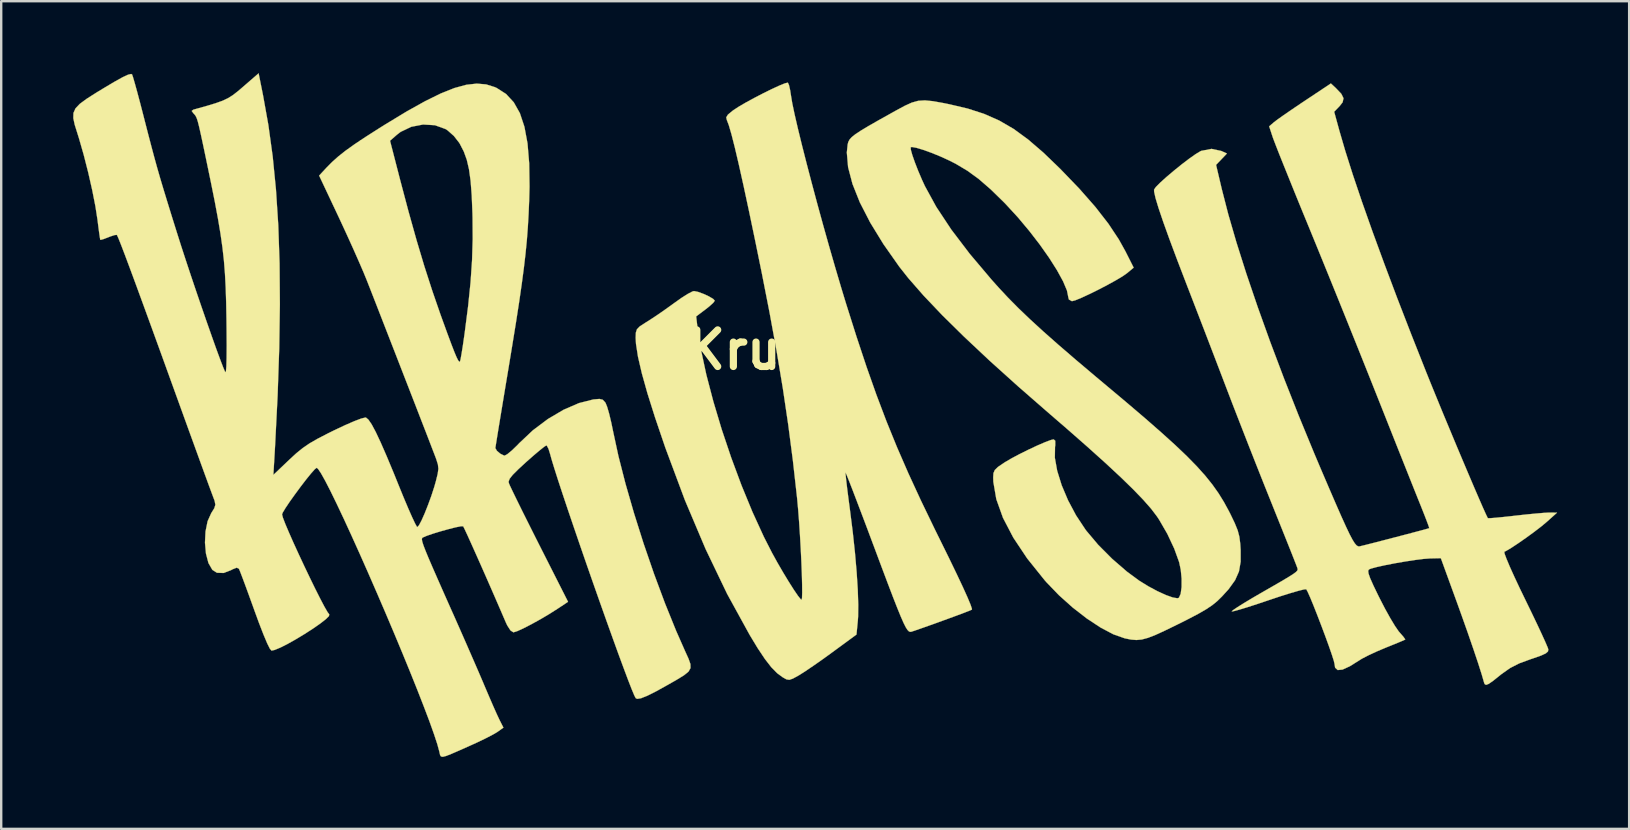
<source format=kicad_pcb>
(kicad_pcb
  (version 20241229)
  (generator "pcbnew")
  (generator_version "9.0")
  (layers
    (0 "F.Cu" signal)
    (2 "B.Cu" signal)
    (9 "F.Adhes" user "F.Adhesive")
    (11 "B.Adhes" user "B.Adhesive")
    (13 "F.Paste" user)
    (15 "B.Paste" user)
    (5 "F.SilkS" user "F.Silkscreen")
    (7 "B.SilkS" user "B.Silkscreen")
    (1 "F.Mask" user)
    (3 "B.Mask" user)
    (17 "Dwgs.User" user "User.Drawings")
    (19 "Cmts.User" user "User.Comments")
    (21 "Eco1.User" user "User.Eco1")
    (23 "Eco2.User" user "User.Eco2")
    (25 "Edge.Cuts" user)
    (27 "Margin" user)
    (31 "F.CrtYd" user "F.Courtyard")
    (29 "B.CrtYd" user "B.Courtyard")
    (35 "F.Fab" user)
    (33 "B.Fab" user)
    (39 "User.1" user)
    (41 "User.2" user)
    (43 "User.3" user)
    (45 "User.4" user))
  (footprint "Krush"
    (layer "F.Cu")
    (at 28.851 11.531)
    (property "Reference" "Krush" (at 0 0 0) (layer "F.SilkS") (effects (font (size 1.524 1.524) (thickness 0.3))))
    (attr through_hole)
    (fp_poly (pts (xy 0.929 -11.135) (xy 0.975 -11.035) (xy 1.024 -10.818) (xy 1.057 -10.606) (xy 1.11 -10.285) (xy 1.207 -9.822) (xy 1.342 -9.238) (xy 1.51 -8.551) (xy 1.705 -7.784) (xy 1.922 -6.955) (xy 2.155 -6.084) (xy 2.4 -5.193) (xy 2.651 -4.301) (xy 2.903 -3.428) (xy 3.15 -2.594) (xy 3.347 -1.947) (xy 3.787 -0.556) (xy 4.206 0.705) (xy 4.618 1.87) (xy 5.036 2.974) (xy 5.475 4.052) (xy 5.948 5.139) (xy 6.47 6.27) (xy 7.054 7.48) (xy 7.283 7.944) (xy 7.65 8.689) (xy 7.964 9.339) (xy 8.221 9.884) (xy 8.415 10.314) (xy 8.542 10.619) (xy 8.598 10.789) (xy 8.597 10.822) (xy 8.497 10.865) (xy 8.271 10.953) (xy 7.953 11.072) (xy 7.576 11.21) (xy 7.176 11.356) (xy 6.784 11.496) (xy 6.436 11.619) (xy 6.164 11.712) (xy 6.081 11.74) (xy 6.028 11.748) (xy 5.974 11.729) (xy 5.913 11.669) (xy 5.841 11.556) (xy 5.75 11.376) (xy 5.636 11.116) (xy 5.492 10.764) (xy 5.312 10.306) (xy 5.092 9.729) (xy 4.825 9.02) (xy 4.506 8.166) (xy 4.484 8.109) (xy 4.232 7.435) (xy 3.997 6.814) (xy 3.788 6.264) (xy 3.611 5.801) (xy 3.471 5.443) (xy 3.376 5.207) (xy 3.333 5.109) (xy 3.331 5.108) (xy 3.334 5.195) (xy 3.358 5.423) (xy 3.398 5.766) (xy 3.453 6.197) (xy 3.518 6.689) (xy 3.631 7.585) (xy 3.724 8.452) (xy 3.794 9.263) (xy 3.841 9.995) (xy 3.861 10.621) (xy 3.855 11.117) (xy 3.843 11.285) (xy 3.787 11.86) (xy 2.782 12.597) (xy 2.387 12.883) (xy 2.003 13.152) (xy 1.668 13.379) (xy 1.42 13.538) (xy 1.373 13.566) (xy 1.137 13.695) (xy 0.988 13.746) (xy 0.868 13.727) (xy 0.718 13.643) (xy 0.717 13.643) (xy 0.48 13.468) (xy 0.237 13.22) (xy -0.028 12.879) (xy -0.331 12.424) (xy -0.662 11.877) (xy -1.602 10.166) (xy -2.501 8.293) (xy -3.361 6.261) (xy -4.179 4.07) (xy -4.609 2.805) (xy -4.921 1.815) (xy -5.156 0.976) (xy -5.316 0.288) (xy -5.4 -0.251) (xy -5.414 -0.508) (xy -5.406 -0.72) (xy -5.361 -0.861) (xy -5.244 -0.981) (xy -5.021 -1.126) (xy -4.952 -1.168) (xy -4.672 -1.348) (xy -4.317 -1.589) (xy -3.95 -1.85) (xy -3.811 -1.951) (xy -3.508 -2.166) (xy -3.242 -2.335) (xy -3.049 -2.435) (xy -2.984 -2.453) (xy -2.816 -2.419) (xy -2.59 -2.336) (xy -2.362 -2.231) (xy -2.186 -2.127) (xy -2.117 -2.052) (xy -2.179 -1.965) (xy -2.341 -1.818) (xy -2.505 -1.688) (xy -2.893 -1.397) (xy -2.838 -0.931) (xy -2.693 -0.007) (xy -2.47 1.03) (xy -2.178 2.145) (xy -1.83 3.308) (xy -1.434 4.485) (xy -1.003 5.645) (xy -0.546 6.755) (xy -0.075 7.783) (xy 0.269 8.457) (xy 0.494 8.865) (xy 0.731 9.273) (xy 0.963 9.656) (xy 1.173 9.987) (xy 1.345 10.24) (xy 1.462 10.387) (xy 1.499 10.414) (xy 1.518 10.334) (xy 1.525 10.11) (xy 1.522 9.768) (xy 1.511 9.333) (xy 1.491 8.831) (xy 1.465 8.287) (xy 1.433 7.725) (xy 1.397 7.173) (xy 1.357 6.654) (xy 1.315 6.194) (xy 1.309 6.138) (xy 1.137 4.606) (xy 0.942 3.107) (xy 0.719 1.602) (xy 0.46 0.051) (xy 0.16 -1.585) (xy -0.162 -3.224) (xy -0.443 -4.598) (xy -0.696 -5.808) (xy -0.92 -6.851) (xy -1.116 -7.729) (xy -1.283 -8.441) (xy -1.422 -8.986) (xy -1.533 -9.365) (xy -1.614 -9.578) (xy -1.616 -9.581) (xy -1.64 -9.69) (xy -1.569 -9.806) (xy -1.379 -9.963) (xy -1.335 -9.995) (xy -1.116 -10.138) (xy -0.814 -10.314) (xy -0.462 -10.505) (xy -0.092 -10.697) (xy 0.263 -10.872) (xy 0.572 -11.014) (xy 0.803 -11.108) (xy 0.923 -11.137) (xy 0.929 -11.135)) (stroke (width 0.01) (type solid)) (fill yes) (layer "F.SilkS"))
    (fp_poly (pts (xy 6.973 -10.365) (xy 7.409 -10.287) (xy 7.645 -10.239) (xy 8.417 -10.058) (xy 9.103 -9.837) (xy 9.733 -9.559) (xy 10.336 -9.209) (xy 10.941 -8.767) (xy 11.579 -8.218) (xy 12.279 -7.543) (xy 12.28 -7.542) (xy 13.076 -6.715) (xy 13.739 -5.96) (xy 14.283 -5.261) (xy 14.72 -4.602) (xy 14.995 -4.106) (xy 15.337 -3.429) (xy 15.065 -3.202) (xy 14.881 -3.072) (xy 14.596 -2.902) (xy 14.246 -2.709) (xy 13.867 -2.511) (xy 13.493 -2.327) (xy 13.161 -2.173) (xy 12.906 -2.068) (xy 12.764 -2.031) (xy 12.638 -2.101) (xy 12.615 -2.191) (xy 12.558 -2.475) (xy 12.396 -2.859) (xy 12.143 -3.321) (xy 11.814 -3.84) (xy 11.423 -4.394) (xy 10.983 -4.964) (xy 10.511 -5.527) (xy 10.019 -6.062) (xy 9.933 -6.151) (xy 9.379 -6.692) (xy 8.883 -7.122) (xy 8.409 -7.467) (xy 7.92 -7.758) (xy 7.662 -7.889) (xy 7.291 -8.059) (xy 6.914 -8.213) (xy 6.566 -8.338) (xy 6.282 -8.423) (xy 6.097 -8.456) (xy 6.047 -8.446) (xy 6.051 -8.345) (xy 6.112 -8.124) (xy 6.219 -7.818) (xy 6.358 -7.461) (xy 6.518 -7.087) (xy 6.638 -6.827) (xy 7.113 -5.959) (xy 7.736 -5.017) (xy 8.507 -4.003) (xy 9.424 -2.918) (xy 9.718 -2.59) (xy 10.105 -2.175) (xy 10.531 -1.744) (xy 11.011 -1.284) (xy 11.56 -0.781) (xy 12.192 -0.222) (xy 12.923 0.408) (xy 13.769 1.123) (xy 14.109 1.408) (xy 15.02 2.172) (xy 15.809 2.844) (xy 16.486 3.437) (xy 17.065 3.96) (xy 17.556 4.428) (xy 17.97 4.851) (xy 18.32 5.241) (xy 18.617 5.611) (xy 18.872 5.971) (xy 19.097 6.335) (xy 19.303 6.713) (xy 19.367 6.838) (xy 19.551 7.221) (xy 19.67 7.515) (xy 19.74 7.778) (xy 19.778 8.071) (xy 19.795 8.335) (xy 19.795 8.825) (xy 19.725 9.229) (xy 19.565 9.592) (xy 19.297 9.965) (xy 19.014 10.276) (xy 18.82 10.466) (xy 18.61 10.637) (xy 18.356 10.807) (xy 18.027 10.997) (xy 17.596 11.223) (xy 17.189 11.427) (xy 16.66 11.685) (xy 16.252 11.873) (xy 15.934 11.997) (xy 15.676 12.066) (xy 15.451 12.087) (xy 15.226 12.069) (xy 14.974 12.018) (xy 14.954 12.013) (xy 14.489 11.849) (xy 13.955 11.566) (xy 13.38 11.187) (xy 12.793 10.731) (xy 12.222 10.219) (xy 11.696 9.673) (xy 11.627 9.594) (xy 10.901 8.689) (xy 10.322 7.821) (xy 9.892 6.997) (xy 9.614 6.22) (xy 9.49 5.498) (xy 9.484 5.312) (xy 9.495 5.134) (xy 9.551 5.003) (xy 9.683 4.875) (xy 9.926 4.71) (xy 9.97 4.681) (xy 10.239 4.523) (xy 10.578 4.342) (xy 10.951 4.157) (xy 11.318 3.985) (xy 11.643 3.845) (xy 11.888 3.753) (xy 12.003 3.727) (xy 12.069 3.783) (xy 12.07 3.97) (xy 12.06 4.043) (xy 12.053 4.494) (xy 12.15 5.036) (xy 12.337 5.638) (xy 12.603 6.267) (xy 12.935 6.891) (xy 13.322 7.477) (xy 13.372 7.543) (xy 13.859 8.121) (xy 14.441 8.705) (xy 15.058 9.239) (xy 15.57 9.616) (xy 15.948 9.849) (xy 16.327 10.052) (xy 16.676 10.212) (xy 16.965 10.315) (xy 17.161 10.348) (xy 17.222 10.328) (xy 17.296 10.162) (xy 17.334 9.88) (xy 17.335 9.531) (xy 17.3 9.164) (xy 17.232 8.843) (xy 17.026 8.274) (xy 16.738 7.661) (xy 16.403 7.081) (xy 16.312 6.943) (xy 16.072 6.626) (xy 15.743 6.251) (xy 15.318 5.81) (xy 14.791 5.297) (xy 14.154 4.705) (xy 13.4 4.027) (xy 12.524 3.258) (xy 11.853 2.679) (xy 10.524 1.52) (xy 9.331 0.445) (xy 8.276 -0.546) (xy 7.358 -1.45) (xy 6.581 -2.268) (xy 5.944 -2.996) (xy 5.569 -3.471) (xy 4.908 -4.412) (xy 4.36 -5.306) (xy 3.929 -6.144) (xy 3.621 -6.916) (xy 3.438 -7.614) (xy 3.385 -8.227) (xy 3.42 -8.564) (xy 3.447 -8.668) (xy 3.498 -8.765) (xy 3.591 -8.868) (xy 3.741 -8.988) (xy 3.967 -9.137) (xy 4.286 -9.329) (xy 4.715 -9.574) (xy 5.272 -9.885) (xy 5.419 -9.967) (xy 5.794 -10.17) (xy 6.093 -10.306) (xy 6.36 -10.38) (xy 6.638 -10.398) (xy 6.973 -10.365)) (stroke (width 0.01) (type solid)) (fill yes) (layer "F.SilkS"))
    (fp_poly (pts (xy 23.766 -10.907) (xy 23.991 -10.67) (xy 24.081 -10.487) (xy 24.044 -10.319) (xy 23.919 -10.16) (xy 23.692 -9.924) (xy 23.909 -9.132) (xy 24.156 -8.287) (xy 24.469 -7.301) (xy 24.846 -6.184) (xy 25.283 -4.948) (xy 25.775 -3.604) (xy 26.317 -2.164) (xy 26.907 -0.64) (xy 27.522 0.913) (xy 27.732 1.434) (xy 27.97 2.016) (xy 28.227 2.642) (xy 28.497 3.29) (xy 28.769 3.943) (xy 29.037 4.58) (xy 29.292 5.182) (xy 29.526 5.731) (xy 29.731 6.206) (xy 29.898 6.588) (xy 30.02 6.858) (xy 30.088 6.997) (xy 30.097 7.011) (xy 30.186 7.011) (xy 30.411 6.994) (xy 30.741 6.962) (xy 31.144 6.918) (xy 31.254 6.905) (xy 31.701 6.856) (xy 32.114 6.816) (xy 32.449 6.788) (xy 32.664 6.777) (xy 32.681 6.777) (xy 32.978 6.781) (xy 32.554 7.161) (xy 32.328 7.35) (xy 32.03 7.579) (xy 31.697 7.822) (xy 31.366 8.053) (xy 31.074 8.246) (xy 30.857 8.375) (xy 30.783 8.41) (xy 30.793 8.491) (xy 30.872 8.704) (xy 31.009 9.03) (xy 31.198 9.449) (xy 31.43 9.943) (xy 31.642 10.38) (xy 31.902 10.915) (xy 32.137 11.406) (xy 32.336 11.831) (xy 32.489 12.167) (xy 32.586 12.393) (xy 32.616 12.479) (xy 32.601 12.564) (xy 32.51 12.644) (xy 32.318 12.733) (xy 31.996 12.847) (xy 31.882 12.885) (xy 31.404 13.06) (xy 31.024 13.254) (xy 30.669 13.504) (xy 30.612 13.55) (xy 30.321 13.783) (xy 30.132 13.915) (xy 30.02 13.957) (xy 29.961 13.922) (xy 29.939 13.864) (xy 29.84 13.522) (xy 29.688 13.044) (xy 29.489 12.452) (xy 29.253 11.768) (xy 28.986 11.016) (xy 28.8 10.499) (xy 28.137 8.678) (xy 27.679 8.688) (xy 27.418 8.708) (xy 27.062 8.753) (xy 26.649 8.816) (xy 26.221 8.89) (xy 25.815 8.969) (xy 25.472 9.045) (xy 25.23 9.11) (xy 25.143 9.146) (xy 25.109 9.202) (xy 25.123 9.317) (xy 25.191 9.512) (xy 25.323 9.808) (xy 25.525 10.226) (xy 25.589 10.354) (xy 25.809 10.78) (xy 26.028 11.174) (xy 26.224 11.5) (xy 26.376 11.721) (xy 26.415 11.767) (xy 26.565 11.938) (xy 26.646 12.049) (xy 26.651 12.069) (xy 26.568 12.108) (xy 26.361 12.195) (xy 26.067 12.315) (xy 25.841 12.406) (xy 25.466 12.564) (xy 25.118 12.726) (xy 24.848 12.866) (xy 24.76 12.921) (xy 24.346 13.18) (xy 24.042 13.319) (xy 23.84 13.339) (xy 23.731 13.241) (xy 23.707 13.084) (xy 23.677 12.953) (xy 23.595 12.697) (xy 23.474 12.347) (xy 23.325 11.937) (xy 23.16 11.497) (xy 22.992 11.059) (xy 22.833 10.656) (xy 22.694 10.318) (xy 22.587 10.079) (xy 22.528 9.972) (xy 22.435 9.979) (xy 22.209 10.035) (xy 21.874 10.132) (xy 21.456 10.263) (xy 20.983 10.421) (xy 20.969 10.426) (xy 20.495 10.585) (xy 20.078 10.72) (xy 19.743 10.822) (xy 19.515 10.884) (xy 19.422 10.898) (xy 19.421 10.898) (xy 19.476 10.844) (xy 19.656 10.722) (xy 19.936 10.546) (xy 20.295 10.331) (xy 20.59 10.159) (xy 21.116 9.857) (xy 21.513 9.627) (xy 21.798 9.457) (xy 21.988 9.336) (xy 22.103 9.251) (xy 22.158 9.19) (xy 22.171 9.141) (xy 22.16 9.092) (xy 22.154 9.073) (xy 22.112 8.963) (xy 22.015 8.715) (xy 21.871 8.35) (xy 21.686 7.887) (xy 21.47 7.347) (xy 21.23 6.75) (xy 21.087 6.392) (xy 20.781 5.629) (xy 20.446 4.785) (xy 20.101 3.908) (xy 19.765 3.047) (xy 19.455 2.25) (xy 19.21 1.609) (xy 18.93 0.876) (xy 18.617 0.058) (xy 18.291 -0.792) (xy 17.972 -1.62) (xy 17.682 -2.371) (xy 17.551 -2.709) (xy 17.155 -3.741) (xy 16.827 -4.618) (xy 16.567 -5.341) (xy 16.374 -5.911) (xy 16.248 -6.328) (xy 16.19 -6.592) (xy 16.187 -6.68) (xy 16.262 -6.789) (xy 16.444 -6.972) (xy 16.703 -7.206) (xy 17.01 -7.466) (xy 17.334 -7.728) (xy 17.647 -7.967) (xy 17.918 -8.158) (xy 18.117 -8.278) (xy 18.157 -8.296) (xy 18.583 -8.378) (xy 18.986 -8.291) (xy 19.006 -8.283) (xy 19.223 -8.184) (xy 18.997 -7.947) (xy 18.771 -7.711) (xy 19.006 -6.713) (xy 19.277 -5.659) (xy 19.621 -4.475) (xy 20.032 -3.179) (xy 20.504 -1.791) (xy 21.029 -0.329) (xy 21.601 1.187) (xy 22.214 2.74) (xy 22.86 4.309) (xy 23.125 4.935) (xy 23.471 5.743) (xy 23.758 6.407) (xy 23.993 6.942) (xy 24.183 7.361) (xy 24.334 7.678) (xy 24.454 7.905) (xy 24.548 8.056) (xy 24.624 8.144) (xy 24.689 8.184) (xy 24.748 8.187) (xy 24.759 8.184) (xy 24.996 8.126) (xy 25.328 8.042) (xy 25.722 7.94) (xy 26.148 7.829) (xy 26.575 7.718) (xy 26.969 7.614) (xy 27.301 7.526) (xy 27.538 7.461) (xy 27.648 7.429) (xy 27.653 7.427) (xy 27.63 7.346) (xy 27.554 7.14) (xy 27.438 6.84) (xy 27.294 6.477) (xy 27.182 6.2) (xy 27.017 5.788) (xy 26.807 5.26) (xy 26.56 4.64) (xy 26.284 3.948) (xy 25.99 3.206) (xy 25.684 2.435) (xy 25.49 1.947) (xy 25.126 1.032) (xy 24.72 0.017) (xy 24.289 -1.055) (xy 23.851 -2.141) (xy 23.422 -3.198) (xy 23.021 -4.183) (xy 22.671 -5.038) (xy 22.37 -5.769) (xy 22.085 -6.467) (xy 21.824 -7.113) (xy 21.592 -7.688) (xy 21.398 -8.172) (xy 21.251 -8.548) (xy 21.156 -8.797) (xy 21.13 -8.87) (xy 20.983 -9.317) (xy 21.18 -9.486) (xy 21.319 -9.592) (xy 21.569 -9.77) (xy 21.9 -9.998) (xy 22.281 -10.256) (xy 22.467 -10.38) (xy 23.555 -11.104) (xy 23.766 -10.907)) (stroke (width 0.01) (type solid)) (fill yes) (layer "F.SilkS"))
    (fp_poly (pts (xy -20.941 -10.61) (xy -20.719 -9.373) (xy -20.539 -8.066) (xy -20.402 -6.678) (xy -20.306 -5.197) (xy -20.252 -3.611) (xy -20.239 -1.908) (xy -20.266 -0.078) (xy -20.333 1.893) (xy -20.44 4.015) (xy -20.455 4.276) (xy -20.51 5.207) (xy -19.844 4.572) (xy -19.554 4.305) (xy -19.287 4.089) (xy -19.005 3.895) (xy -18.666 3.7) (xy -18.231 3.475) (xy -17.982 3.352) (xy -17.526 3.137) (xy -17.142 2.97) (xy -16.852 2.86) (xy -16.679 2.817) (xy -16.651 2.819) (xy -16.549 2.905) (xy -16.416 3.099) (xy -16.248 3.412) (xy -16.04 3.853) (xy -15.788 4.43) (xy -15.487 5.152) (xy -15.283 5.657) (xy -15.078 6.159) (xy -14.89 6.604) (xy -14.729 6.969) (xy -14.605 7.231) (xy -14.529 7.368) (xy -14.514 7.382) (xy -14.445 7.31) (xy -14.338 7.11) (xy -14.207 6.816) (xy -14.066 6.461) (xy -13.927 6.08) (xy -13.805 5.705) (xy -13.738 5.468) (xy -13.663 5.164) (xy -13.634 4.954) (xy -13.654 4.772) (xy -13.725 4.547) (xy -13.772 4.421) (xy -13.841 4.242) (xy -13.963 3.924) (xy -14.131 3.488) (xy -14.338 2.955) (xy -14.575 2.342) (xy -14.836 1.671) (xy -15.112 0.961) (xy -15.395 0.232) (xy -15.679 -0.497) (xy -15.954 -1.204) (xy -16.214 -1.872) (xy -16.451 -2.479) (xy -16.608 -2.879) (xy -16.751 -3.229) (xy -16.951 -3.692) (xy -17.19 -4.232) (xy -17.451 -4.808) (xy -17.717 -5.383) (xy -17.779 -5.516) (xy -18.603 -7.264) (xy -18.298 -7.593) (xy -18.063 -7.831) (xy -17.806 -8.061) (xy -17.503 -8.301) (xy -17.131 -8.567) (xy -16.908 -8.716) (xy -15.649 -8.716) (xy -15.229 -7.088) (xy -14.879 -5.767) (xy -14.546 -4.579) (xy -14.22 -3.49) (xy -13.889 -2.465) (xy -13.545 -1.469) (xy -13.488 -1.312) (xy -13.269 -0.709) (xy -13.098 -0.249) (xy -12.969 0.084) (xy -12.875 0.307) (xy -12.809 0.437) (xy -12.763 0.49) (xy -12.735 0.486) (xy -12.711 0.394) (xy -12.67 0.165) (xy -12.616 -0.17) (xy -12.557 -0.579) (xy -12.536 -0.728) (xy -12.394 -1.836) (xy -12.293 -2.825) (xy -12.231 -3.739) (xy -12.204 -4.622) (xy -12.21 -5.518) (xy -12.215 -5.703) (xy -12.245 -6.442) (xy -12.291 -7.04) (xy -12.358 -7.525) (xy -12.451 -7.925) (xy -12.575 -8.267) (xy -12.737 -8.581) (xy -12.769 -8.635) (xy -12.987 -8.914) (xy -13.251 -9.149) (xy -13.338 -9.205) (xy -13.779 -9.364) (xy -14.271 -9.393) (xy -14.764 -9.298) (xy -15.208 -9.086) (xy -15.362 -8.967) (xy -15.649 -8.716) (xy -16.908 -8.716) (xy -16.667 -8.876) (xy -16.087 -9.246) (xy -15.833 -9.405) (xy -14.958 -9.935) (xy -14.198 -10.359) (xy -13.539 -10.684) (xy -12.968 -10.912) (xy -12.471 -11.048) (xy -12.035 -11.097) (xy -11.644 -11.064) (xy -11.286 -10.952) (xy -11.206 -10.916) (xy -10.814 -10.665) (xy -10.493 -10.318) (xy -10.238 -9.866) (xy -10.049 -9.298) (xy -9.92 -8.605) (xy -9.851 -7.776) (xy -9.837 -6.801) (xy -9.852 -6.223) (xy -9.876 -5.657) (xy -9.907 -5.115) (xy -9.948 -4.574) (xy -10.003 -4.014) (xy -10.073 -3.413) (xy -10.161 -2.749) (xy -10.269 -2.001) (xy -10.401 -1.148) (xy -10.56 -0.168) (xy -10.715 0.773) (xy -10.836 1.496) (xy -10.947 2.166) (xy -11.046 2.764) (xy -11.13 3.273) (xy -11.195 3.675) (xy -11.239 3.95) (xy -11.26 4.082) (xy -11.261 4.09) (xy -11.196 4.203) (xy -11.051 4.326) (xy -10.901 4.399) (xy -10.872 4.403) (xy -10.761 4.344) (xy -10.573 4.189) (xy -10.342 3.966) (xy -10.265 3.884) (xy -9.697 3.349) (xy -9.07 2.878) (xy -8.419 2.494) (xy -7.778 2.216) (xy -7.183 2.065) (xy -7.169 2.063) (xy -6.925 2.042) (xy -6.784 2.076) (xy -6.684 2.184) (xy -6.666 2.212) (xy -6.601 2.374) (xy -6.518 2.661) (xy -6.43 3.029) (xy -6.356 3.387) (xy -6.132 4.425) (xy -5.838 5.574) (xy -5.485 6.798) (xy -5.086 8.06) (xy -4.652 9.322) (xy -4.196 10.548) (xy -3.729 11.702) (xy -3.348 12.566) (xy -3.211 12.867) (xy -3.133 13.087) (xy -3.129 13.257) (xy -3.212 13.404) (xy -3.399 13.556) (xy -3.704 13.743) (xy -4.064 13.949) (xy -4.561 14.225) (xy -4.932 14.411) (xy -5.19 14.514) (xy -5.349 14.539) (xy -5.411 14.511) (xy -5.471 14.396) (xy -5.579 14.137) (xy -5.729 13.752) (xy -5.915 13.256) (xy -6.132 12.669) (xy -6.372 12.005) (xy -6.631 11.283) (xy -6.902 10.519) (xy -7.18 9.73) (xy -7.458 8.934) (xy -7.73 8.147) (xy -7.991 7.385) (xy -8.235 6.667) (xy -8.455 6.009) (xy -8.646 5.428) (xy -8.801 4.941) (xy -8.916 4.565) (xy -8.978 4.339) (xy -9.046 4.121) (xy -9.113 3.993) (xy -9.136 3.979) (xy -9.223 4.033) (xy -9.407 4.179) (xy -9.663 4.395) (xy -9.964 4.66) (xy -9.98 4.674) (xy -10.315 4.983) (xy -10.537 5.206) (xy -10.662 5.364) (xy -10.707 5.479) (xy -10.701 5.542) (xy -10.652 5.658) (xy -10.534 5.906) (xy -10.36 6.264) (xy -10.138 6.715) (xy -9.877 7.237) (xy -9.589 7.812) (xy -9.441 8.105) (xy -8.231 10.495) (xy -8.674 10.788) (xy -9.018 11.007) (xy -9.393 11.228) (xy -9.763 11.432) (xy -10.095 11.603) (xy -10.353 11.72) (xy -10.504 11.767) (xy -10.509 11.767) (xy -10.628 11.691) (xy -10.764 11.481) (xy -10.818 11.367) (xy -11.069 10.785) (xy -11.328 10.189) (xy -11.586 9.599) (xy -11.834 9.036) (xy -12.063 8.521) (xy -12.263 8.074) (xy -12.425 7.717) (xy -12.54 7.469) (xy -12.599 7.353) (xy -12.603 7.347) (xy -12.699 7.349) (xy -12.913 7.391) (xy -13.203 7.464) (xy -13.527 7.554) (xy -13.842 7.65) (xy -14.106 7.74) (xy -14.277 7.813) (xy -14.292 7.822) (xy -14.316 7.849) (xy -14.322 7.901) (xy -14.305 7.993) (xy -14.258 8.14) (xy -14.176 8.354) (xy -14.054 8.651) (xy -13.885 9.044) (xy -13.664 9.548) (xy -13.386 10.178) (xy -13.044 10.947) (xy -13.022 10.994) (xy -12.753 11.602) (xy -12.475 12.234) (xy -12.206 12.85) (xy -11.964 13.407) (xy -11.767 13.866) (xy -11.711 14) (xy -11.527 14.431) (xy -11.353 14.833) (xy -11.205 15.166) (xy -11.1 15.391) (xy -11.083 15.425) (xy -10.924 15.738) (xy -11.173 15.916) (xy -11.354 16.023) (xy -11.645 16.175) (xy -12.004 16.348) (xy -12.294 16.48) (xy -12.758 16.687) (xy -13.09 16.831) (xy -13.313 16.919) (xy -13.45 16.954) (xy -13.525 16.94) (xy -13.562 16.884) (xy -13.584 16.789) (xy -13.594 16.739) (xy -13.678 16.43) (xy -13.818 16.005) (xy -14.007 15.475) (xy -14.241 14.858) (xy -14.511 14.166) (xy -14.812 13.416) (xy -15.138 12.621) (xy -15.482 11.796) (xy -15.838 10.956) (xy -16.2 10.115) (xy -16.56 9.289) (xy -16.913 8.492) (xy -17.253 7.738) (xy -17.573 7.042) (xy -17.867 6.42) (xy -18.128 5.885) (xy -18.35 5.453) (xy -18.527 5.137) (xy -18.652 4.953) (xy -18.708 4.911) (xy -18.789 4.976) (xy -18.943 5.15) (xy -19.148 5.403) (xy -19.379 5.704) (xy -19.614 6.023) (xy -19.832 6.328) (xy -20.008 6.591) (xy -20.12 6.778) (xy -20.149 6.853) (xy -20.114 6.986) (xy -20.016 7.243) (xy -19.865 7.599) (xy -19.676 8.027) (xy -19.459 8.502) (xy -19.226 9) (xy -18.99 9.494) (xy -18.763 9.959) (xy -18.556 10.369) (xy -18.382 10.7) (xy -18.252 10.925) (xy -18.181 11.019) (xy -18.195 11.092) (xy -18.332 11.226) (xy -18.565 11.407) (xy -18.866 11.616) (xy -19.209 11.837) (xy -19.566 12.053) (xy -19.911 12.247) (xy -20.217 12.402) (xy -20.457 12.501) (xy -20.587 12.529) (xy -20.656 12.449) (xy -20.77 12.22) (xy -20.925 11.852) (xy -21.116 11.358) (xy -21.294 10.871) (xy -21.475 10.369) (xy -21.639 9.918) (xy -21.778 9.544) (xy -21.881 9.273) (xy -21.94 9.13) (xy -21.946 9.117) (xy -22.038 9.073) (xy -22.214 9.142) (xy -22.256 9.166) (xy -22.579 9.294) (xy -22.862 9.285) (xy -23.052 9.165) (xy -23.216 8.879) (xy -23.319 8.485) (xy -23.36 8.03) (xy -23.337 7.565) (xy -23.251 7.139) (xy -23.1 6.802) (xy -22.972 6.596) (xy -22.927 6.451) (xy -22.958 6.287) (xy -23.031 6.093) (xy -23.087 5.942) (xy -23.196 5.648) (xy -23.35 5.227) (xy -23.543 4.697) (xy -23.77 4.072) (xy -24.025 3.37) (xy -24.301 2.607) (xy -24.593 1.8) (xy -24.714 1.466) (xy -25.177 0.185) (xy -25.586 -0.941) (xy -25.941 -1.915) (xy -26.243 -2.74) (xy -26.495 -3.421) (xy -26.697 -3.961) (xy -26.851 -4.364) (xy -26.958 -4.633) (xy -27.02 -4.772) (xy -27.033 -4.794) (xy -27.125 -4.786) (xy -27.312 -4.725) (xy -27.386 -4.695) (xy -27.588 -4.618) (xy -27.709 -4.586) (xy -27.722 -4.588) (xy -27.739 -4.678) (xy -27.771 -4.898) (xy -27.812 -5.21) (xy -27.838 -5.419) (xy -27.926 -5.988) (xy -28.059 -6.663) (xy -28.225 -7.394) (xy -28.412 -8.127) (xy -28.608 -8.81) (xy -28.679 -9.037) (xy -28.788 -9.385) (xy -28.846 -9.656) (xy -28.84 -9.874) (xy -28.755 -10.065) (xy -28.576 -10.253) (xy -28.289 -10.465) (xy -27.88 -10.725) (xy -27.6 -10.895) (xy -27.133 -11.173) (xy -26.793 -11.362) (xy -26.565 -11.468) (xy -26.436 -11.498) (xy -26.398 -11.479) (xy -26.359 -11.366) (xy -26.286 -11.116) (xy -26.186 -10.755) (xy -26.067 -10.308) (xy -25.936 -9.803) (xy -25.906 -9.685) (xy -25.743 -9.05) (xy -25.603 -8.515) (xy -25.478 -8.046) (xy -25.358 -7.611) (xy -25.233 -7.175) (xy -25.093 -6.706) (xy -24.929 -6.17) (xy -24.732 -5.533) (xy -24.537 -4.911) (xy -24.364 -4.365) (xy -24.166 -3.758) (xy -23.952 -3.112) (xy -23.728 -2.448) (xy -23.502 -1.787) (xy -23.282 -1.152) (xy -23.075 -0.563) (xy -22.889 -0.041) (xy -22.73 0.391) (xy -22.607 0.712) (xy -22.527 0.901) (xy -22.51 0.931) (xy -22.486 0.891) (xy -22.469 0.689) (xy -22.459 0.332) (xy -22.455 -0.171) (xy -22.459 -0.814) (xy -22.464 -1.27) (xy -22.477 -1.977) (xy -22.497 -2.603) (xy -22.527 -3.174) (xy -22.57 -3.719) (xy -22.631 -4.263) (xy -22.712 -4.835) (xy -22.817 -5.462) (xy -22.949 -6.17) (xy -23.113 -6.987) (xy -23.311 -7.94) (xy -23.324 -8.003) (xy -23.444 -8.574) (xy -23.536 -9.001) (xy -23.606 -9.31) (xy -23.66 -9.522) (xy -23.706 -9.661) (xy -23.749 -9.75) (xy -23.796 -9.813) (xy -23.839 -9.857) (xy -23.914 -9.958) (xy -23.847 -10.01) (xy -23.813 -10.02) (xy -23.299 -10.164) (xy -22.914 -10.28) (xy -22.624 -10.384) (xy -22.395 -10.493) (xy -22.192 -10.621) (xy -21.981 -10.786) (xy -21.759 -10.976) (xy -21.125 -11.526) (xy -20.941 -10.61)) (stroke (width 0.01) (type solid)) (fill yes) (layer "F.SilkS")))
  (gr_rect
    (start -3 -3)
    (end 64.834 31.489)
    (stroke (width 0.1) (type default))
    (fill no)
    (layer "Edge.Cuts")))
</source>
